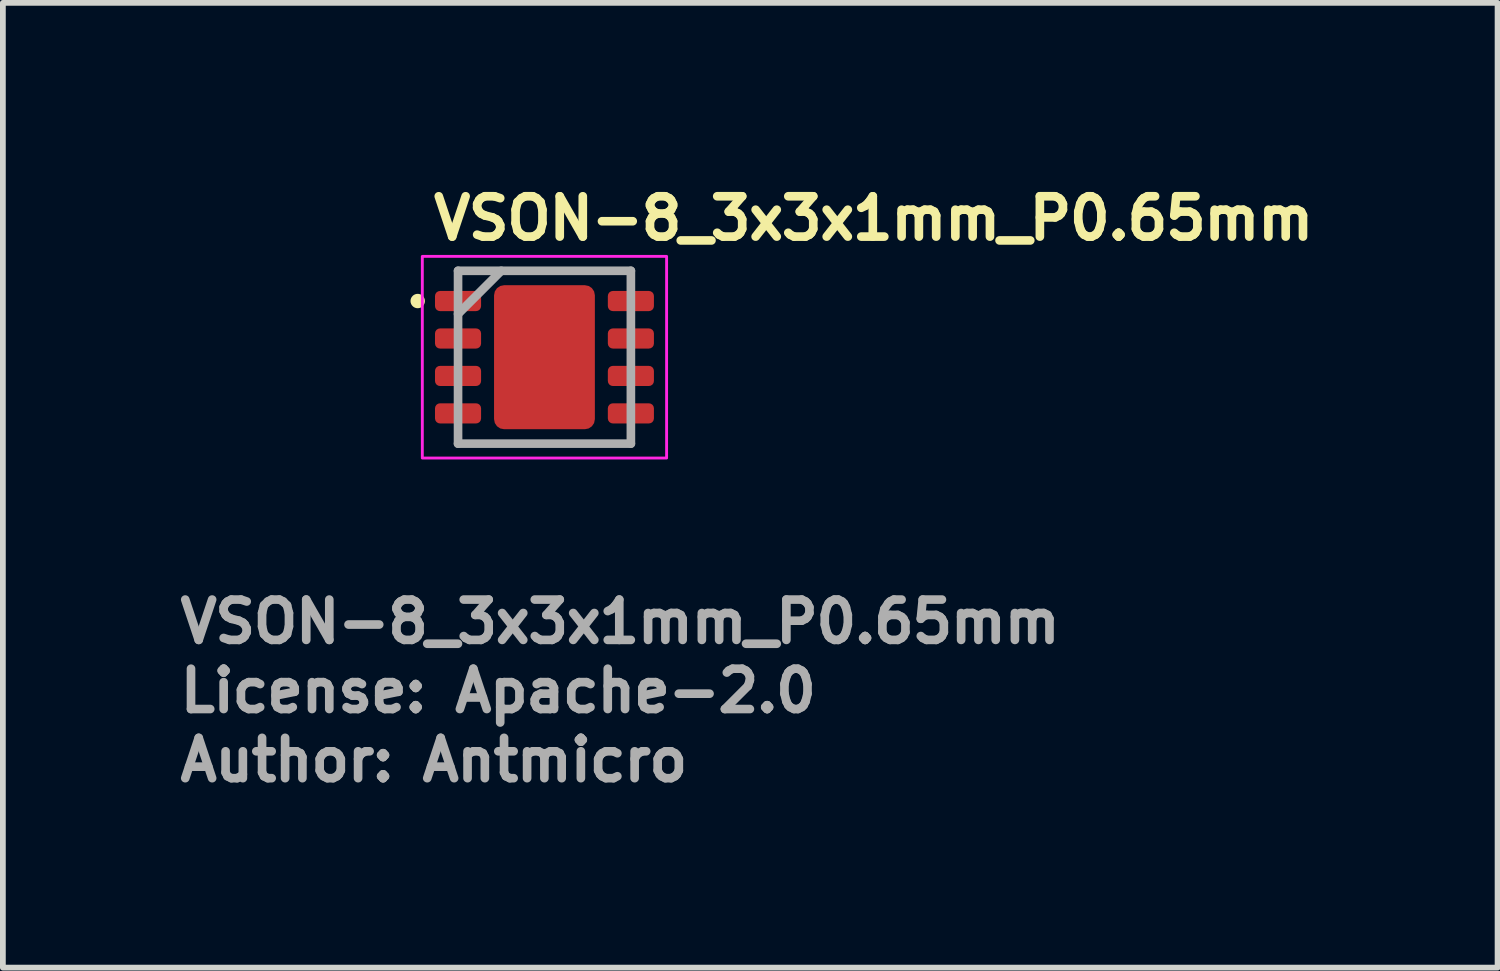
<source format=kicad_pcb>
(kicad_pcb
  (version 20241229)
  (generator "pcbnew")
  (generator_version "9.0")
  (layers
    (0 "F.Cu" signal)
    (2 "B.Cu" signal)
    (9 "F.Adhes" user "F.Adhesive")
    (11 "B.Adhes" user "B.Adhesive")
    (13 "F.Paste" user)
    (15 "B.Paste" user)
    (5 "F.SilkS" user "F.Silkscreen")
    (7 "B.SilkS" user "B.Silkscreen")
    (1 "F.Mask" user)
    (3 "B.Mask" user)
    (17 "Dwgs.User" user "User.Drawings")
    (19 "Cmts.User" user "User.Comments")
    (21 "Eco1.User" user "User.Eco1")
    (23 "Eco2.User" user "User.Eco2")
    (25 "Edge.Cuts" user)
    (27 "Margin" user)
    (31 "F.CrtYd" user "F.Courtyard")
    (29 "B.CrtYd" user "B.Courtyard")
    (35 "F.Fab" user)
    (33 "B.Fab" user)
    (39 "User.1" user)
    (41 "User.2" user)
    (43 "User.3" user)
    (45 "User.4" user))
  (footprint "VSON-8_3x3x1mm_P0.65mm"
    (layer "F.Cu")
    (at 6.4 3.15)
    (property "Reference" "VSON-8_3x3x1mm_P0.65mm" (at -2 -2 0) (layer "F.SilkS") (effects (font (size 0.7 0.7) (thickness 0.15)) (justify left bottom)))
    (attr smd)
    (fp_circle (center -2.2 -0.975) (end -2.15 -0.975) (stroke (width 0.15) (type solid)) (fill yes) (layer "F.SilkS"))
    (fp_rect (start -2.12 -1.75) (end 2.12 1.75) (stroke (width 0.05) (type solid)) (fill no) (layer "F.CrtYd"))
    (fp_line (start -1.5 -1.5) (end 1.5 -1.5) (stroke (width 0.15) (type solid)) (layer "F.Fab"))
    (fp_line (start -1.5 -0.75) (end -0.75 -1.5) (stroke (width 0.15) (type solid)) (layer "F.Fab"))
    (fp_line (start -1.5 1.5) (end -1.5 -1.5) (stroke (width 0.15) (type solid)) (layer "F.Fab"))
    (fp_line (start 1.5 -1.5) (end 1.5 1.5) (stroke (width 0.15) (type solid)) (layer "F.Fab"))
    (fp_line (start 1.5 1.5) (end -1.5 1.5) (stroke (width 0.15) (type solid)) (layer "F.Fab"))
    (fp_rect (start -1.55 -1.5) (end 1.55 1.5) (stroke (width 0.1) (type solid)) (fill no) (layer "User.5"))
    (fp_line (start -1.55 -1.13) (end -1.5 -1.13) (stroke (width 0.02) (type solid)) (layer "User.9"))
    (fp_line (start -1.55 -0.82) (end -1.55 -1.13) (stroke (width 0.02) (type solid)) (layer "User.9"))
    (fp_line (start -1.55 -0.82) (end -1.5 -0.82) (stroke (width 0.02) (type solid)) (layer "User.9"))
    (fp_line (start -1.55 -0.48) (end -1.5 -0.48) (stroke (width 0.02) (type solid)) (layer "User.9"))
    (fp_line (start -1.55 -0.17) (end -1.55 -0.48) (stroke (width 0.02) (type solid)) (layer "User.9"))
    (fp_line (start -1.55 -0.17) (end -1.5 -0.17) (stroke (width 0.02) (type solid)) (layer "User.9"))
    (fp_line (start -1.55 0.17) (end -1.5 0.17) (stroke (width 0.02) (type solid)) (layer "User.9"))
    (fp_line (start -1.55 0.48) (end -1.55 0.17) (stroke (width 0.02) (type solid)) (layer "User.9"))
    (fp_line (start -1.55 0.48) (end -1.5 0.48) (stroke (width 0.02) (type solid)) (layer "User.9"))
    (fp_line (start -1.55 0.82) (end -1.5 0.82) (stroke (width 0.02) (type solid)) (layer "User.9"))
    (fp_line (start -1.55 1.13) (end -1.55 0.82) (stroke (width 0.02) (type solid)) (layer "User.9"))
    (fp_line (start -1.55 1.13) (end -1.5 1.13) (stroke (width 0.02) (type solid)) (layer "User.9"))
    (fp_line (start -1.5 -1.5) (end 1.5 -1.5) (stroke (width 0.02) (type solid)) (layer "User.9"))
    (fp_line (start -1.5 1.5) (end -1.5 -1.5) (stroke (width 0.02) (type solid)) (layer "User.9"))
    (fp_line (start -1.5 1.5) (end 1.5 1.5) (stroke (width 0.02) (type solid)) (layer "User.9"))
    (fp_line (start -1.312 -1.144) (end -1.312 -1.135) (stroke (width 0.02) (type solid)) (layer "User.9"))
    (fp_line (start -1.312 -1.135) (end -1.312 -1.125) (stroke (width 0.02) (type solid)) (layer "User.9"))
    (fp_line (start -1.312 -1.125) (end -1.312 -1.125) (stroke (width 0.02) (type solid)) (layer "User.9"))
    (fp_line (start -1.312 -1.125) (end -1.312 -1.115) (stroke (width 0.02) (type solid)) (layer "User.9"))
    (fp_line (start -1.312 -1.115) (end -1.312 -1.106) (stroke (width 0.02) (type solid)) (layer "User.9"))
    (fp_line (start -1.312 -1.106) (end -1.31 -1.096) (stroke (width 0.02) (type solid)) (layer "User.9"))
    (fp_line (start -1.31 -1.154) (end -1.312 -1.144) (stroke (width 0.02) (type solid)) (layer "User.9"))
    (fp_line (start -1.31 -1.096) (end -1.309 -1.087) (stroke (width 0.02) (type solid)) (layer "User.9"))
    (fp_line (start -1.309 -1.163) (end -1.31 -1.154) (stroke (width 0.02) (type solid)) (layer "User.9"))
    (fp_line (start -1.309 -1.087) (end -1.307 -1.078) (stroke (width 0.02) (type solid)) (layer "User.9"))
    (fp_line (start -1.307 -1.172) (end -1.309 -1.163) (stroke (width 0.02) (type solid)) (layer "User.9"))
    (fp_line (start -1.307 -1.078) (end -1.304 -1.069) (stroke (width 0.02) (type solid)) (layer "User.9"))
    (fp_line (start -1.304 -1.181) (end -1.307 -1.172) (stroke (width 0.02) (type solid)) (layer "User.9"))
    (fp_line (start -1.304 -1.069) (end -1.301 -1.061) (stroke (width 0.02) (type solid)) (layer "User.9"))
    (fp_line (start -1.301 -1.189) (end -1.304 -1.181) (stroke (width 0.02) (type solid)) (layer "User.9"))
    (fp_line (start -1.301 -1.061) (end -1.298 -1.052) (stroke (width 0.02) (type solid)) (layer "User.9"))
    (fp_line (start -1.298 -1.198) (end -1.301 -1.189) (stroke (width 0.02) (type solid)) (layer "User.9"))
    (fp_line (start -1.298 -1.052) (end -1.294 -1.044) (stroke (width 0.02) (type solid)) (layer "User.9"))
    (fp_line (start -1.294 -1.206) (end -1.298 -1.198) (stroke (width 0.02) (type solid)) (layer "User.9"))
    (fp_line (start -1.294 -1.044) (end -1.29 -1.036) (stroke (width 0.02) (type solid)) (layer "User.9"))
    (fp_line (start -1.29 -1.214) (end -1.294 -1.206) (stroke (width 0.02) (type solid)) (layer "User.9"))
    (fp_line (start -1.29 -1.036) (end -1.285 -1.028) (stroke (width 0.02) (type solid)) (layer "User.9"))
    (fp_line (start -1.285 -1.222) (end -1.29 -1.214) (stroke (width 0.02) (type solid)) (layer "User.9"))
    (fp_line (start -1.285 -1.028) (end -1.28 -1.02) (stroke (width 0.02) (type solid)) (layer "User.9"))
    (fp_line (start -1.28 -1.23) (end -1.285 -1.222) (stroke (width 0.02) (type solid)) (layer "User.9"))
    (fp_line (start -1.28 -1.02) (end -1.275 -1.013) (stroke (width 0.02) (type solid)) (layer "User.9"))
    (fp_line (start -1.275 -1.237) (end -1.28 -1.23) (stroke (width 0.02) (type solid)) (layer "User.9"))
    (fp_line (start -1.275 -1.013) (end -1.27 -1.006) (stroke (width 0.02) (type solid)) (layer "User.9"))
    (fp_line (start -1.27 -1.244) (end -1.275 -1.237) (stroke (width 0.02) (type solid)) (layer "User.9"))
    (fp_line (start -1.27 -1.006) (end -1.264 -0.999) (stroke (width 0.02) (type solid)) (layer "User.9"))
    (fp_line (start -1.264 -1.251) (end -1.27 -1.244) (stroke (width 0.02) (type solid)) (layer "User.9"))
    (fp_line (start -1.264 -0.999) (end -1.258 -0.992) (stroke (width 0.02) (type solid)) (layer "User.9"))
    (fp_line (start -1.258 -1.258) (end -1.264 -1.251) (stroke (width 0.02) (type solid)) (layer "User.9"))
    (fp_line (start -1.258 -0.992) (end -1.251 -0.986) (stroke (width 0.02) (type solid)) (layer "User.9"))
    (fp_line (start -1.251 -1.264) (end -1.258 -1.258) (stroke (width 0.02) (type solid)) (layer "User.9"))
    (fp_line (start -1.251 -0.986) (end -1.244 -0.98) (stroke (width 0.02) (type solid)) (layer "User.9"))
    (fp_line (start -1.244 -1.27) (end -1.251 -1.264) (stroke (width 0.02) (type solid)) (layer "User.9"))
    (fp_line (start -1.244 -0.98) (end -1.237 -0.975) (stroke (width 0.02) (type solid)) (layer "User.9"))
    (fp_line (start -1.237 -1.275) (end -1.244 -1.27) (stroke (width 0.02) (type solid)) (layer "User.9"))
    (fp_line (start -1.237 -0.975) (end -1.23 -0.97) (stroke (width 0.02) (type solid)) (layer "User.9"))
    (fp_line (start -1.23 -1.28) (end -1.237 -1.275) (stroke (width 0.02) (type solid)) (layer "User.9"))
    (fp_line (start -1.23 -0.97) (end -1.222 -0.965) (stroke (width 0.02) (type solid)) (layer "User.9"))
    (fp_line (start -1.222 -1.285) (end -1.23 -1.28) (stroke (width 0.02) (type solid)) (layer "User.9"))
    (fp_line (start -1.222 -0.965) (end -1.214 -0.96) (stroke (width 0.02) (type solid)) (layer "User.9"))
    (fp_line (start -1.214 -1.29) (end -1.222 -1.285) (stroke (width 0.02) (type solid)) (layer "User.9"))
    (fp_line (start -1.214 -0.96) (end -1.206 -0.956) (stroke (width 0.02) (type solid)) (layer "User.9"))
    (fp_line (start -1.206 -1.294) (end -1.214 -1.29) (stroke (width 0.02) (type solid)) (layer "User.9"))
    (fp_line (start -1.206 -0.956) (end -1.198 -0.952) (stroke (width 0.02) (type solid)) (layer "User.9"))
    (fp_line (start -1.198 -1.298) (end -1.206 -1.294) (stroke (width 0.02) (type solid)) (layer "User.9"))
    (fp_line (start -1.198 -0.952) (end -1.189 -0.949) (stroke (width 0.02) (type solid)) (layer "User.9"))
    (fp_line (start -1.189 -1.301) (end -1.198 -1.298) (stroke (width 0.02) (type solid)) (layer "User.9"))
    (fp_line (start -1.189 -0.949) (end -1.181 -0.946) (stroke (width 0.02) (type solid)) (layer "User.9"))
    (fp_line (start -1.181 -1.304) (end -1.189 -1.301) (stroke (width 0.02) (type solid)) (layer "User.9"))
    (fp_line (start -1.181 -0.946) (end -1.172 -0.943) (stroke (width 0.02) (type solid)) (layer "User.9"))
    (fp_line (start -1.172 -1.307) (end -1.181 -1.304) (stroke (width 0.02) (type solid)) (layer "User.9"))
    (fp_line (start -1.172 -0.943) (end -1.163 -0.941) (stroke (width 0.02) (type solid)) (layer "User.9"))
    (fp_line (start -1.163 -1.309) (end -1.172 -1.307) (stroke (width 0.02) (type solid)) (layer "User.9"))
    (fp_line (start -1.163 -0.941) (end -1.154 -0.94) (stroke (width 0.02) (type solid)) (layer "User.9"))
    (fp_line (start -1.154 -1.31) (end -1.163 -1.309) (stroke (width 0.02) (type solid)) (layer "User.9"))
    (fp_line (start -1.154 -0.94) (end -1.144 -0.938) (stroke (width 0.02) (type solid)) (layer "User.9"))
    (fp_line (start -1.144 -1.312) (end -1.154 -1.31) (stroke (width 0.02) (type solid)) (layer "User.9"))
    (fp_line (start -1.144 -0.938) (end -1.135 -0.938) (stroke (width 0.02) (type solid)) (layer "User.9"))
    (fp_line (start -1.135 -1.312) (end -1.144 -1.312) (stroke (width 0.02) (type solid)) (layer "User.9"))
    (fp_line (start -1.135 -0.938) (end -1.125 -0.938) (stroke (width 0.02) (type solid)) (layer "User.9"))
    (fp_line (start -1.125 -1.312) (end -1.135 -1.312) (stroke (width 0.02) (type solid)) (layer "User.9"))
    (fp_line (start -1.125 -1.312) (end -1.125 -1.312) (stroke (width 0.02) (type solid)) (layer "User.9"))
    (fp_line (start -1.125 -0.938) (end -1.125 -0.938) (stroke (width 0.02) (type solid)) (layer "User.9"))
    (fp_line (start -1.125 -0.938) (end -1.115 -0.938) (stroke (width 0.02) (type solid)) (layer "User.9"))
    (fp_line (start -1.115 -1.312) (end -1.125 -1.312) (stroke (width 0.02) (type solid)) (layer "User.9"))
    (fp_line (start -1.115 -0.938) (end -1.106 -0.938) (stroke (width 0.02) (type solid)) (layer "User.9"))
    (fp_line (start -1.106 -1.312) (end -1.115 -1.312) (stroke (width 0.02) (type solid)) (layer "User.9"))
    (fp_line (start -1.106 -0.938) (end -1.096 -0.94) (stroke (width 0.02) (type solid)) (layer "User.9"))
    (fp_line (start -1.096 -1.31) (end -1.106 -1.312) (stroke (width 0.02) (type solid)) (layer "User.9"))
    (fp_line (start -1.096 -0.94) (end -1.087 -0.941) (stroke (width 0.02) (type solid)) (layer "User.9"))
    (fp_line (start -1.087 -1.309) (end -1.096 -1.31) (stroke (width 0.02) (type solid)) (layer "User.9"))
    (fp_line (start -1.087 -0.941) (end -1.078 -0.943) (stroke (width 0.02) (type solid)) (layer "User.9"))
    (fp_line (start -1.078 -1.307) (end -1.087 -1.309) (stroke (width 0.02) (type solid)) (layer "User.9"))
    (fp_line (start -1.078 -0.943) (end -1.069 -0.946) (stroke (width 0.02) (type solid)) (layer "User.9"))
    (fp_line (start -1.069 -1.304) (end -1.078 -1.307) (stroke (width 0.02) (type solid)) (layer "User.9"))
    (fp_line (start -1.069 -0.946) (end -1.061 -0.949) (stroke (width 0.02) (type solid)) (layer "User.9"))
    (fp_line (start -1.061 -1.301) (end -1.069 -1.304) (stroke (width 0.02) (type solid)) (layer "User.9"))
    (fp_line (start -1.061 -0.949) (end -1.052 -0.952) (stroke (width 0.02) (type solid)) (layer "User.9"))
    (fp_line (start -1.052 -1.298) (end -1.061 -1.301) (stroke (width 0.02) (type solid)) (layer "User.9"))
    (fp_line (start -1.052 -0.952) (end -1.044 -0.956) (stroke (width 0.02) (type solid)) (layer "User.9"))
    (fp_line (start -1.044 -1.294) (end -1.052 -1.298) (stroke (width 0.02) (type solid)) (layer "User.9"))
    (fp_line (start -1.044 -0.956) (end -1.036 -0.96) (stroke (width 0.02) (type solid)) (layer "User.9"))
    (fp_line (start -1.036 -1.29) (end -1.044 -1.294) (stroke (width 0.02) (type solid)) (layer "User.9"))
    (fp_line (start -1.036 -0.96) (end -1.028 -0.965) (stroke (width 0.02) (type solid)) (layer "User.9"))
    (fp_line (start -1.028 -1.285) (end -1.036 -1.29) (stroke (width 0.02) (type solid)) (layer "User.9"))
    (fp_line (start -1.028 -0.965) (end -1.02 -0.97) (stroke (width 0.02) (type solid)) (layer "User.9"))
    (fp_line (start -1.02 -1.28) (end -1.028 -1.285) (stroke (width 0.02) (type solid)) (layer "User.9"))
    (fp_line (start -1.02 -0.97) (end -1.013 -0.975) (stroke (width 0.02) (type solid)) (layer "User.9"))
    (fp_line (start -1.013 -1.275) (end -1.02 -1.28) (stroke (width 0.02) (type solid)) (layer "User.9"))
    (fp_line (start -1.013 -0.975) (end -1.006 -0.98) (stroke (width 0.02) (type solid)) (layer "User.9"))
    (fp_line (start -1.006 -1.27) (end -1.013 -1.275) (stroke (width 0.02) (type solid)) (layer "User.9"))
    (fp_line (start -1.006 -0.98) (end -0.999 -0.986) (stroke (width 0.02) (type solid)) (layer "User.9"))
    (fp_line (start -0.999 -1.264) (end -1.006 -1.27) (stroke (width 0.02) (type solid)) (layer "User.9"))
    (fp_line (start -0.999 -0.986) (end -0.992 -0.992) (stroke (width 0.02) (type solid)) (layer "User.9"))
    (fp_line (start -0.992 -1.258) (end -0.999 -1.264) (stroke (width 0.02) (type solid)) (layer "User.9"))
    (fp_line (start -0.992 -0.992) (end -0.986 -0.999) (stroke (width 0.02) (type solid)) (layer "User.9"))
    (fp_line (start -0.986 -1.251) (end -0.992 -1.258) (stroke (width 0.02) (type solid)) (layer "User.9"))
    (fp_line (start -0.986 -0.999) (end -0.98 -1.006) (stroke (width 0.02) (type solid)) (layer "User.9"))
    (fp_line (start -0.98 -1.244) (end -0.986 -1.251) (stroke (width 0.02) (type solid)) (layer "User.9"))
    (fp_line (start -0.98 -1.006) (end -0.975 -1.013) (stroke (width 0.02) (type solid)) (layer "User.9"))
    (fp_line (start -0.975 -1.237) (end -0.98 -1.244) (stroke (width 0.02) (type solid)) (layer "User.9"))
    (fp_line (start -0.975 -1.013) (end -0.97 -1.02) (stroke (width 0.02) (type solid)) (layer "User.9"))
    (fp_line (start -0.97 -1.23) (end -0.975 -1.237) (stroke (width 0.02) (type solid)) (layer "User.9"))
    (fp_line (start -0.97 -1.02) (end -0.965 -1.028) (stroke (width 0.02) (type solid)) (layer "User.9"))
    (fp_line (start -0.965 -1.222) (end -0.97 -1.23) (stroke (width 0.02) (type solid)) (layer "User.9"))
    (fp_line (start -0.965 -1.028) (end -0.96 -1.036) (stroke (width 0.02) (type solid)) (layer "User.9"))
    (fp_line (start -0.96 -1.214) (end -0.965 -1.222) (stroke (width 0.02) (type solid)) (layer "User.9"))
    (fp_line (start -0.96 -1.036) (end -0.956 -1.044) (stroke (width 0.02) (type solid)) (layer "User.9"))
    (fp_line (start -0.956 -1.206) (end -0.96 -1.214) (stroke (width 0.02) (type solid)) (layer "User.9"))
    (fp_line (start -0.956 -1.044) (end -0.952 -1.052) (stroke (width 0.02) (type solid)) (layer "User.9"))
    (fp_line (start -0.952 -1.198) (end -0.956 -1.206) (stroke (width 0.02) (type solid)) (layer "User.9"))
    (fp_line (start -0.952 -1.052) (end -0.949 -1.061) (stroke (width 0.02) (type solid)) (layer "User.9"))
    (fp_line (start -0.949 -1.189) (end -0.952 -1.198) (stroke (width 0.02) (type solid)) (layer "User.9"))
    (fp_line (start -0.949 -1.061) (end -0.946 -1.069) (stroke (width 0.02) (type solid)) (layer "User.9"))
    (fp_line (start -0.946 -1.181) (end -0.949 -1.189) (stroke (width 0.02) (type solid)) (layer "User.9"))
    (fp_line (start -0.946 -1.069) (end -0.943 -1.078) (stroke (width 0.02) (type solid)) (layer "User.9"))
    (fp_line (start -0.943 -1.172) (end -0.946 -1.181) (stroke (width 0.02) (type solid)) (layer "User.9"))
    (fp_line (start -0.943 -1.078) (end -0.941 -1.087) (stroke (width 0.02) (type solid)) (layer "User.9"))
    (fp_line (start -0.941 -1.163) (end -0.943 -1.172) (stroke (width 0.02) (type solid)) (layer "User.9"))
    (fp_line (start -0.941 -1.087) (end -0.94 -1.096) (stroke (width 0.02) (type solid)) (layer "User.9"))
    (fp_line (start -0.94 -1.154) (end -0.941 -1.163) (stroke (width 0.02) (type solid)) (layer "User.9"))
    (fp_line (start -0.94 -1.096) (end -0.938 -1.106) (stroke (width 0.02) (type solid)) (layer "User.9"))
    (fp_line (start -0.938 -1.144) (end -0.94 -1.154) (stroke (width 0.02) (type solid)) (layer "User.9"))
    (fp_line (start -0.938 -1.135) (end -0.938 -1.144) (stroke (width 0.02) (type solid)) (layer "User.9"))
    (fp_line (start -0.938 -1.125) (end -0.938 -1.135) (stroke (width 0.02) (type solid)) (layer "User.9"))
    (fp_line (start -0.938 -1.125) (end -0.938 -1.125) (stroke (width 0.02) (type solid)) (layer "User.9"))
    (fp_line (start -0.938 -1.125) (end -0.938 -1.125) (stroke (width 0.02) (type solid)) (layer "User.9"))
    (fp_line (start -0.938 -1.115) (end -0.938 -1.125) (stroke (width 0.02) (type solid)) (layer "User.9"))
    (fp_line (start -0.938 -1.106) (end -0.938 -1.115) (stroke (width 0.02) (type solid)) (layer "User.9"))
    (fp_line (start 1.5 1.5) (end 1.5 -1.5) (stroke (width 0.02) (type solid)) (layer "User.9"))
    (fp_line (start 1.55 -1.13) (end 1.5 -1.13) (stroke (width 0.02) (type solid)) (layer "User.9"))
    (fp_line (start 1.55 -0.82) (end 1.5 -0.82) (stroke (width 0.02) (type solid)) (layer "User.9"))
    (fp_line (start 1.55 -0.82) (end 1.55 -1.13) (stroke (width 0.02) (type solid)) (layer "User.9"))
    (fp_line (start 1.55 -0.48) (end 1.5 -0.48) (stroke (width 0.02) (type solid)) (layer "User.9"))
    (fp_line (start 1.55 -0.17) (end 1.5 -0.17) (stroke (width 0.02) (type solid)) (layer "User.9"))
    (fp_line (start 1.55 -0.17) (end 1.55 -0.48) (stroke (width 0.02) (type solid)) (layer "User.9"))
    (fp_line (start 1.55 0.17) (end 1.5 0.17) (stroke (width 0.02) (type solid)) (layer "User.9"))
    (fp_line (start 1.55 0.48) (end 1.5 0.48) (stroke (width 0.02) (type solid)) (layer "User.9"))
    (fp_line (start 1.55 0.48) (end 1.55 0.17) (stroke (width 0.02) (type solid)) (layer "User.9"))
    (fp_line (start 1.55 0.82) (end 1.5 0.82) (stroke (width 0.02) (type solid)) (layer "User.9"))
    (fp_line (start 1.55 1.13) (end 1.5 1.13) (stroke (width 0.02) (type solid)) (layer "User.9"))
    (fp_line (start 1.55 1.13) (end 1.55 0.82) (stroke (width 0.02) (type solid)) (layer "User.9"))
    (fp_text user "${REFERENCE}" (at -6.4 5 0) (layer "F.Fab") (effects (font (size 0.7 0.7) (thickness 0.15)) (justify left bottom)))
    (fp_text user "Author: Antmicro" (at -6.4 7.4 0) (layer "F.Fab") (effects (font (size 0.7 0.7) (thickness 0.15)) (justify left bottom)))
    (fp_text user "License: Apache-2.0" (at -6.4 6.2 0) (layer "F.Fab") (effects (font (size 0.7 0.7) (thickness 0.15)) (justify left bottom)))
    (pad "1" smd roundrect (at -1.5 -0.975 90) (size 0.35 0.8) (layers "F.Cu" "F.Mask" "F.Paste") (roundrect_rratio 0.25))
    (pad "2" smd roundrect (at -1.5 -0.325 90) (size 0.35 0.8) (layers "F.Cu" "F.Mask" "F.Paste") (roundrect_rratio 0.25))
    (pad "3" smd roundrect (at -1.5 0.325 90) (size 0.35 0.8) (layers "F.Cu" "F.Mask" "F.Paste") (roundrect_rratio 0.25))
    (pad "4" smd roundrect (at -1.5 0.975 90) (size 0.35 0.8) (layers "F.Cu" "F.Mask" "F.Paste") (roundrect_rratio 0.25))
    (pad "5" smd roundrect (at 1.5 0.975 90) (size 0.35 0.8) (layers "F.Cu" "F.Mask" "F.Paste") (roundrect_rratio 0.25))
    (pad "6" smd roundrect (at 1.5 0.325 90) (size 0.35 0.8) (layers "F.Cu" "F.Mask" "F.Paste") (roundrect_rratio 0.25))
    (pad "7" smd roundrect (at 1.5 -0.325 90) (size 0.35 0.8) (layers "F.Cu" "F.Mask" "F.Paste") (roundrect_rratio 0.25))
    (pad "8" smd roundrect (at 1.5 -0.975 90) (size 0.35 0.8) (layers "F.Cu" "F.Mask" "F.Paste") (roundrect_rratio 0.25))
    (pad "9" smd roundrect (at 0 0) (size 1.75 2.5) (layers "F.Cu" "F.Mask" "F.Paste") (roundrect_rratio 0.1)))
  (gr_rect
    (start -3 -3)
    (end 22.943 13.745)
    (stroke (width 0.1) (type default))
    (fill no)
    (layer "Edge.Cuts")))
</source>
